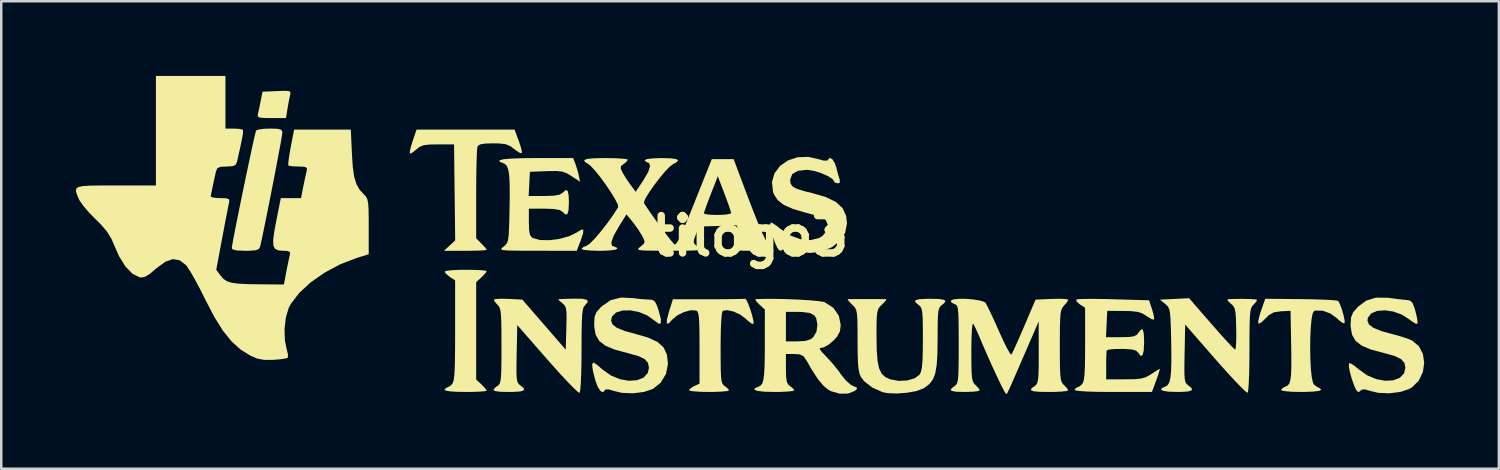
<source format=kicad_pcb>
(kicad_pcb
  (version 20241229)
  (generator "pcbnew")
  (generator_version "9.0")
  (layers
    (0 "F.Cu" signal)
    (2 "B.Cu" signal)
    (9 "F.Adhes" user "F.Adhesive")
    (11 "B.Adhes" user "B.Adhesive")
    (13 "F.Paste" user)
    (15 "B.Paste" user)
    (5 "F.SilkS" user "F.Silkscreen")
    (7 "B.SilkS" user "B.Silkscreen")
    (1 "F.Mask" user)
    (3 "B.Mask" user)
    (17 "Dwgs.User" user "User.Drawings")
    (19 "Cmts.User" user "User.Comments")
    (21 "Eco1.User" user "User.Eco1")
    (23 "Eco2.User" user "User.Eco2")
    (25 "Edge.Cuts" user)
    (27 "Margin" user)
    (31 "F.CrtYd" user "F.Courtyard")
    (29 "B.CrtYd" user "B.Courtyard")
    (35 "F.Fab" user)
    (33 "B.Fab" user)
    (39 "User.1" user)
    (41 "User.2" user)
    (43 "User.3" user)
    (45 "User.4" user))
  (footprint "tilogo3"
    (layer "F.Cu")
    (at 27.091 6.435)
    (property "Reference" "tilogo3" (at 0 0 0) (layer "F.SilkS") (effects (font (size 1.5 1.5) (thickness 0.3))))
    (attr board_only exclude_from_pos_files exclude_from_bom)
    (fp_poly (pts (xy -18.542 -5.827) (xy -18.475 -5.787) (xy -18.474 -5.707) (xy -18.485 -5.656) (xy -18.53 -5.447) (xy -18.58 -5.171) (xy -18.591 -5.101) (xy -18.648 -4.741) (xy -19.232 -4.741) (xy -19.537 -4.744) (xy -19.708 -4.762) (xy -19.778 -4.806) (xy -19.78 -4.888) (xy -19.771 -4.932) (xy -19.725 -5.141) (xy -19.67 -5.411) (xy -19.66 -5.461) (xy -19.593 -5.8) (xy -19.015 -5.825) (xy -18.711 -5.836)) (stroke (width 0) (type solid)) (fill yes) (layer "F.SilkS"))
    (fp_poly (pts (xy -19.017 -4.312) (xy -18.865 -4.284) (xy -18.805 -4.222) (xy -18.796 -4.15) (xy -18.812 -4.032) (xy -18.856 -3.774) (xy -18.924 -3.406) (xy -19.009 -2.953) (xy -19.107 -2.442) (xy -19.212 -1.902) (xy -19.319 -1.359) (xy -19.423 -0.84) (xy -19.518 -0.373) (xy -19.598 0.015) (xy -19.659 0.298) (xy -19.695 0.445) (xy -19.75 0.527) (xy -19.879 0.573) (xy -20.121 0.591) (xy -20.283 0.593) (xy -20.613 0.58) (xy -20.789 0.539) (xy -20.828 0.487) (xy -20.811 0.369) (xy -20.765 0.114) (xy -20.694 -0.251) (xy -20.605 -0.701) (xy -20.502 -1.209) (xy -20.392 -1.749) (xy -20.279 -2.295) (xy -20.168 -2.821) (xy -20.066 -3.3) (xy -19.978 -3.708) (xy -19.908 -4.016) (xy -19.863 -4.2) (xy -19.85 -4.24) (xy -19.746 -4.282) (xy -19.525 -4.31) (xy -19.299 -4.318)) (stroke (width 0) (type solid)) (fill yes) (layer "F.SilkS"))
    (fp_poly (pts (xy -11.075 1.36) (xy -10.793 1.373) (xy -10.62 1.393) (xy -10.583 1.408) (xy -10.639 1.497) (xy -10.776 1.641) (xy -10.795 1.658) (xy -11.007 1.855) (xy -11.007 3.81) (xy -11.007 5.765) (xy -10.795 5.962) (xy -10.652 6.108) (xy -10.584 6.206) (xy -10.583 6.212) (xy -10.662 6.234) (xy -10.874 6.252) (xy -11.184 6.263) (xy -11.43 6.265) (xy -11.823 6.257) (xy -12.108 6.235) (xy -12.259 6.2) (xy -12.277 6.181) (xy -12.217 6.098) (xy -12.198 6.096) (xy -12.081 6.042) (xy -11.986 5.963) (xy -11.944 5.899) (xy -11.911 5.791) (xy -11.887 5.617) (xy -11.87 5.357) (xy -11.86 4.991) (xy -11.855 4.498) (xy -11.853 3.857) (xy -11.853 3.806) (xy -11.853 1.782) (xy -12.065 1.643) (xy -12.216 1.522) (xy -12.277 1.43) (xy -12.198 1.398) (xy -11.986 1.373) (xy -11.676 1.358) (xy -11.43 1.355)) (stroke (width 0) (type solid)) (fill yes) (layer "F.SilkS"))
    (fp_poly (pts (xy -9.296 -3.825) (xy -9.212 -3.573) (xy -9.171 -3.39) (xy -9.175 -3.328) (xy -9.262 -3.347) (xy -9.423 -3.452) (xy -9.486 -3.503) (xy -9.655 -3.626) (xy -9.834 -3.693) (xy -10.08 -3.721) (xy -10.327 -3.725) (xy -10.654 -3.716) (xy -10.848 -3.683) (xy -10.941 -3.619) (xy -10.955 -3.591) (xy -10.971 -3.469) (xy -10.984 -3.205) (xy -10.995 -2.827) (xy -11.003 -2.36) (xy -11.006 -1.834) (xy -11.007 -1.683) (xy -11.007 0.092) (xy -10.795 0.304) (xy -10.654 0.454) (xy -10.585 0.548) (xy -10.583 0.554) (xy -10.662 0.57) (xy -10.875 0.583) (xy -11.185 0.591) (xy -11.442 0.593) (xy -12.301 0.593) (xy -12.076 0.384) (xy -11.85 0.174) (xy -11.873 -1.754) (xy -11.896 -3.683) (xy -12.545 -3.683) (xy -12.89 -3.677) (xy -13.115 -3.649) (xy -13.27 -3.59) (xy -13.404 -3.486) (xy -13.413 -3.478) (xy -13.567 -3.354) (xy -13.665 -3.312) (xy -13.673 -3.316) (xy -13.671 -3.412) (xy -13.622 -3.617) (xy -13.559 -3.817) (xy -13.404 -4.276) (xy -11.434 -4.276) (xy -9.464 -4.276)) (stroke (width 0) (type solid)) (fill yes) (layer "F.SilkS"))
    (fp_poly (pts (xy 22.14 2.534) (xy 22.617 2.542) (xy 23.033 2.555) (xy 23.36 2.572) (xy 23.569 2.591) (xy 23.631 2.607) (xy 23.703 2.739) (xy 23.781 2.952) (xy 23.848 3.189) (xy 23.889 3.392) (xy 23.888 3.504) (xy 23.883 3.509) (xy 23.789 3.48) (xy 23.635 3.358) (xy 23.584 3.307) (xy 23.321 3.113) (xy 23.013 3.002) (xy 22.726 2.994) (xy 22.66 3.013) (xy 22.603 3.116) (xy 22.559 3.354) (xy 22.528 3.691) (xy 22.51 4.095) (xy 22.505 4.53) (xy 22.514 4.962) (xy 22.535 5.357) (xy 22.57 5.68) (xy 22.619 5.898) (xy 22.654 5.963) (xy 22.793 6.07) (xy 22.866 6.096) (xy 22.942 6.161) (xy 22.945 6.181) (xy 22.864 6.221) (xy 22.641 6.249) (xy 22.301 6.264) (xy 22.14 6.265) (xy 21.795 6.258) (xy 21.524 6.237) (xy 21.363 6.207) (xy 21.336 6.186) (xy 21.406 6.1) (xy 21.505 6.054) (xy 21.597 6.01) (xy 21.665 5.929) (xy 21.71 5.789) (xy 21.737 5.566) (xy 21.749 5.238) (xy 21.748 4.782) (xy 21.741 4.318) (xy 21.717 3.006) (xy 21.336 3.023) (xy 21.051 3.064) (xy 20.844 3.179) (xy 20.716 3.306) (xy 20.559 3.458) (xy 20.445 3.523) (xy 20.423 3.518) (xy 20.42 3.415) (xy 20.467 3.205) (xy 20.535 2.992) (xy 20.701 2.521)) (stroke (width 0) (type solid)) (fill yes) (layer "F.SilkS"))
    (fp_poly (pts (xy -0.142 2.578) (xy -0.064 2.75) (xy 0.02 2.984) (xy 0.092 3.226) (xy 0.137 3.426) (xy 0.137 3.532) (xy 0.135 3.534) (xy 0.05 3.512) (xy -0.101 3.394) (xy -0.171 3.326) (xy -0.399 3.154) (xy -0.67 3.03) (xy -0.926 2.976) (xy -1.102 3.007) (xy -1.132 3.108) (xy -1.157 3.356) (xy -1.175 3.731) (xy -1.184 4.209) (xy -1.185 4.492) (xy -1.184 5.018) (xy -1.179 5.4) (xy -1.166 5.664) (xy -1.144 5.835) (xy -1.108 5.939) (xy -1.058 6.001) (xy -1.016 6.031) (xy -0.884 6.137) (xy -0.847 6.201) (xy -0.925 6.229) (xy -1.136 6.25) (xy -1.443 6.263) (xy -1.651 6.265) (xy -1.997 6.258) (xy -2.268 6.24) (xy -2.428 6.213) (xy -2.455 6.194) (xy -2.387 6.111) (xy -2.244 6.027) (xy -2.032 5.93) (xy -2.032 4.486) (xy -2.034 3.951) (xy -2.041 3.561) (xy -2.056 3.293) (xy -2.08 3.125) (xy -2.115 3.032) (xy -2.165 2.992) (xy -2.165 2.992) (xy -2.382 2.98) (xy -2.659 3.055) (xy -2.931 3.19) (xy -3.129 3.359) (xy -3.274 3.513) (xy -3.346 3.516) (xy -3.344 3.368) (xy -3.269 3.071) (xy -3.251 3.013) (xy -3.102 2.54) (xy -1.678 2.54) (xy -1.203 2.539) (xy -0.789 2.535) (xy -0.464 2.53) (xy -0.257 2.524) (xy -0.198 2.519)) (stroke (width 0) (type solid)) (fill yes) (layer "F.SilkS"))
    (fp_poly (pts (xy -4.722 2.493) (xy -4.419 2.53) (xy -4.134 2.549) (xy -4.088 2.55) (xy -3.928 2.564) (xy -3.827 2.629) (xy -3.746 2.784) (xy -3.67 3.011) (xy -3.587 3.33) (xy -3.586 3.501) (xy -3.667 3.527) (xy -3.831 3.406) (xy -3.833 3.405) (xy -4.128 3.193) (xy -4.464 3.054) (xy -4.808 2.987) (xy -5.125 2.993) (xy -5.382 3.071) (xy -5.546 3.224) (xy -5.588 3.39) (xy -5.532 3.548) (xy -5.353 3.687) (xy -5.035 3.816) (xy -4.606 3.933) (xy -4.086 4.083) (xy -3.716 4.258) (xy -3.475 4.478) (xy -3.344 4.76) (xy -3.302 5.125) (xy -3.302 5.149) (xy -3.381 5.541) (xy -3.591 5.891) (xy -3.901 6.141) (xy -3.905 6.143) (xy -4.269 6.265) (xy -4.711 6.319) (xy -5.153 6.3) (xy -5.461 6.227) (xy -5.688 6.162) (xy -5.816 6.168) (xy -5.828 6.183) (xy -5.907 6.277) (xy -6.013 6.227) (xy -6.126 6.052) (xy -6.217 5.808) (xy -6.318 5.413) (xy -6.347 5.171) (xy -6.304 5.081) (xy -6.297 5.08) (xy -6.209 5.132) (xy -6.042 5.266) (xy -5.921 5.372) (xy -5.588 5.606) (xy -5.227 5.753) (xy -4.868 5.815) (xy -4.542 5.793) (xy -4.279 5.688) (xy -4.111 5.502) (xy -4.064 5.292) (xy -4.104 5.095) (xy -4.238 4.944) (xy -4.492 4.821) (xy -4.89 4.71) (xy -4.921 4.702) (xy -5.444 4.562) (xy -5.819 4.405) (xy -6.066 4.211) (xy -6.207 3.963) (xy -6.262 3.643) (xy -6.265 3.526) (xy -6.249 3.25) (xy -6.175 3.059) (xy -6.009 2.869) (xy -5.967 2.829) (xy -5.604 2.578) (xy -5.186 2.471)) (stroke (width 0) (type solid)) (fill yes) (layer "F.SilkS"))
    (fp_poly (pts (xy -7.019 -2.9) (xy -6.932 -2.63) (xy -6.882 -2.425) (xy -6.833 -2.182) (xy -7.173 -2.407) (xy -7.364 -2.522) (xy -7.542 -2.587) (xy -7.763 -2.613) (xy -8.082 -2.611) (xy -8.18 -2.607) (xy -8.848 -2.582) (xy -8.873 -2.095) (xy -8.898 -1.609) (xy -8.27 -1.609) (xy -7.895 -1.621) (xy -7.66 -1.661) (xy -7.536 -1.735) (xy -7.535 -1.736) (xy -7.412 -1.847) (xy -7.333 -1.819) (xy -7.292 -1.641) (xy -7.281 -1.355) (xy -7.295 -1.038) (xy -7.341 -0.88) (xy -7.425 -0.869) (xy -7.535 -0.974) (xy -7.659 -1.048) (xy -7.894 -1.088) (xy -8.265 -1.101) (xy -8.89 -1.101) (xy -8.89 -0.553) (xy -8.881 -0.242) (xy -8.848 -0.057) (xy -8.779 0.047) (xy -8.726 0.082) (xy -8.445 0.159) (xy -8.071 0.168) (xy -7.66 0.114) (xy -7.269 0.006) (xy -6.956 -0.147) (xy -6.929 -0.166) (xy -6.772 -0.263) (xy -6.7 -0.249) (xy -6.712 -0.111) (xy -6.802 0.164) (xy -6.827 0.23) (xy -6.966 0.593) (xy -8.542 0.591) (xy -9.093 0.59) (xy -9.494 0.586) (xy -9.766 0.579) (xy -9.926 0.564) (xy -9.996 0.54) (xy -9.995 0.504) (xy -9.942 0.454) (xy -9.906 0.426) (xy -9.825 0.358) (xy -9.767 0.279) (xy -9.728 0.161) (xy -9.702 -0.024) (xy -9.686 -0.305) (xy -9.674 -0.711) (xy -9.667 -1.027) (xy -9.658 -1.642) (xy -9.662 -2.108) (xy -9.681 -2.446) (xy -9.719 -2.677) (xy -9.778 -2.822) (xy -9.861 -2.902) (xy -9.909 -2.922) (xy -10.068 -2.99) (xy -10.07 -3.044) (xy -9.915 -3.085) (xy -9.598 -3.113) (xy -9.117 -3.129) (xy -8.592 -3.133) (xy -7.108 -3.133)) (stroke (width 0) (type solid)) (fill yes) (layer "F.SilkS"))
    (fp_poly (pts (xy -6.743 2.52) (xy -6.555 2.564) (xy -6.521 2.65) (xy -6.633 2.783) (xy -6.646 2.794) (xy -6.691 2.857) (xy -6.724 2.977) (xy -6.748 3.174) (xy -6.762 3.472) (xy -6.77 3.891) (xy -6.773 4.454) (xy -6.773 4.577) (xy -6.777 5.103) (xy -6.788 5.563) (xy -6.804 5.933) (xy -6.825 6.188) (xy -6.849 6.301) (xy -6.852 6.304) (xy -6.928 6.257) (xy -7.097 6.099) (xy -7.342 5.848) (xy -7.645 5.522) (xy -7.991 5.138) (xy -8.143 4.965) (xy -9.356 3.578) (xy -9.38 4.731) (xy -9.388 5.196) (xy -9.388 5.52) (xy -9.375 5.734) (xy -9.346 5.866) (xy -9.298 5.946) (xy -9.232 6) (xy -9.092 6.118) (xy -9.089 6.197) (xy -9.231 6.244) (xy -9.528 6.264) (xy -9.694 6.265) (xy -10.055 6.257) (xy -10.258 6.226) (xy -10.314 6.17) (xy -10.234 6.081) (xy -10.16 6.031) (xy -10.099 5.983) (xy -10.055 5.911) (xy -10.025 5.789) (xy -10.006 5.594) (xy -9.996 5.299) (xy -9.991 4.88) (xy -9.991 4.415) (xy -9.992 3.871) (xy -9.997 3.471) (xy -10.01 3.19) (xy -10.031 3.001) (xy -10.065 2.879) (xy -10.113 2.799) (xy -10.158 2.753) (xy -10.271 2.625) (xy -10.293 2.55) (xy -10.199 2.527) (xy -9.983 2.519) (xy -9.707 2.526) (xy -9.153 2.554) (xy -8.281 3.559) (xy -7.408 4.564) (xy -7.384 3.703) (xy -7.375 3.311) (xy -7.38 3.051) (xy -7.404 2.888) (xy -7.454 2.785) (xy -7.536 2.706) (xy -7.553 2.693) (xy -7.678 2.586) (xy -7.705 2.538) (xy -7.705 2.538) (xy -7.605 2.532) (xy -7.383 2.524) (xy -7.091 2.515)) (stroke (width 0) (type solid)) (fill yes) (layer "F.SilkS"))
    (fp_poly (pts (xy 25.623 2.479) (xy 25.723 2.492) (xy 26.023 2.532) (xy 26.296 2.561) (xy 26.367 2.566) (xy 26.515 2.593) (xy 26.611 2.677) (xy 26.688 2.86) (xy 26.738 3.029) (xy 26.798 3.285) (xy 26.822 3.469) (xy 26.812 3.527) (xy 26.723 3.51) (xy 26.562 3.406) (xy 26.506 3.362) (xy 26.194 3.16) (xy 25.849 3.034) (xy 25.507 2.984) (xy 25.2 3.008) (xy 24.962 3.107) (xy 24.826 3.28) (xy 24.807 3.395) (xy 24.866 3.552) (xy 25.052 3.692) (xy 25.38 3.823) (xy 25.772 3.93) (xy 26.105 4.021) (xy 26.405 4.118) (xy 26.596 4.196) (xy 26.872 4.424) (xy 27.035 4.738) (xy 27.088 5.099) (xy 27.033 5.468) (xy 26.871 5.806) (xy 26.604 6.075) (xy 26.491 6.143) (xy 26.127 6.265) (xy 25.684 6.319) (xy 25.242 6.3) (xy 24.934 6.227) (xy 24.707 6.162) (xy 24.58 6.168) (xy 24.567 6.183) (xy 24.47 6.26) (xy 24.429 6.265) (xy 24.358 6.191) (xy 24.27 6.001) (xy 24.18 5.748) (xy 24.106 5.483) (xy 24.062 5.257) (xy 24.065 5.121) (xy 24.073 5.109) (xy 24.159 5.131) (xy 24.324 5.244) (xy 24.462 5.36) (xy 24.797 5.598) (xy 25.161 5.749) (xy 25.521 5.815) (xy 25.848 5.796) (xy 26.112 5.693) (xy 26.283 5.508) (xy 26.331 5.292) (xy 26.292 5.095) (xy 26.157 4.944) (xy 25.903 4.821) (xy 25.506 4.71) (xy 25.475 4.702) (xy 24.95 4.562) (xy 24.574 4.403) (xy 24.326 4.208) (xy 24.186 3.96) (xy 24.132 3.64) (xy 24.13 3.54) (xy 24.149 3.267) (xy 24.23 3.068) (xy 24.41 2.859) (xy 24.425 2.843) (xy 24.758 2.595) (xy 25.146 2.476)) (stroke (width 0) (type solid)) (fill yes) (layer "F.SilkS"))
    (fp_poly (pts (xy 2.71 -3.099) (xy 2.955 -3.033) (xy 3.098 -3.031) (xy 3.119 -3.05) (xy 3.197 -3.141) (xy 3.302 -3.093) (xy 3.404 -2.928) (xy 3.46 -2.763) (xy 3.529 -2.504) (xy 3.59 -2.299) (xy 3.606 -2.255) (xy 3.601 -2.139) (xy 3.523 -2.117) (xy 3.404 -2.152) (xy 3.387 -2.186) (xy 3.312 -2.292) (xy 3.119 -2.413) (xy 2.856 -2.529) (xy 2.571 -2.618) (xy 2.311 -2.66) (xy 2.281 -2.661) (xy 1.918 -2.621) (xy 1.693 -2.489) (xy 1.609 -2.266) (xy 1.609 -2.244) (xy 1.629 -2.099) (xy 1.709 -1.989) (xy 1.877 -1.898) (xy 2.161 -1.808) (xy 2.493 -1.727) (xy 3.049 -1.565) (xy 3.452 -1.367) (xy 3.717 -1.12) (xy 3.859 -0.813) (xy 3.893 -0.508) (xy 3.818 -0.124) (xy 3.606 0.199) (xy 3.286 0.449) (xy 2.883 0.614) (xy 2.425 0.679) (xy 1.938 0.633) (xy 1.676 0.558) (xy 1.436 0.496) (xy 1.333 0.531) (xy 1.332 0.534) (xy 1.242 0.586) (xy 1.171 0.573) (xy 1.094 0.476) (xy 1.002 0.271) (xy 0.913 0.013) (xy 0.844 -0.246) (xy 0.811 -0.451) (xy 0.826 -0.544) (xy 0.908 -0.518) (xy 1.073 -0.405) (xy 1.212 -0.293) (xy 1.61 -0.026) (xy 2.028 0.129) (xy 2.43 0.164) (xy 2.781 0.075) (xy 2.91 -0.006) (xy 3.081 -0.216) (xy 3.127 -0.446) (xy 3.04 -0.645) (xy 3.01 -0.674) (xy 2.872 -0.742) (xy 2.619 -0.831) (xy 2.301 -0.922) (xy 2.236 -0.938) (xy 1.723 -1.089) (xy 1.354 -1.252) (xy 1.107 -1.445) (xy 0.956 -1.682) (xy 0.92 -1.781) (xy 0.879 -2.172) (xy 0.982 -2.523) (xy 1.204 -2.818) (xy 1.52 -3.038) (xy 1.906 -3.165) (xy 2.338 -3.182)) (stroke (width 0) (type solid)) (fill yes) (layer "F.SilkS"))
    (fp_poly (pts (xy 14.259 2.531) (xy 14.611 2.54) (xy 16.031 2.582) (xy 16.152 2.947) (xy 16.216 3.175) (xy 16.237 3.328) (xy 16.229 3.357) (xy 16.14 3.341) (xy 15.974 3.244) (xy 15.923 3.208) (xy 15.752 3.104) (xy 15.558 3.044) (xy 15.285 3.016) (xy 15.006 3.01) (xy 14.351 3.006) (xy 14.326 3.535) (xy 14.301 4.064) (xy 14.897 4.064) (xy 15.223 4.057) (xy 15.422 4.028) (xy 15.539 3.967) (xy 15.598 3.895) (xy 15.707 3.756) (xy 15.778 3.757) (xy 15.818 3.908) (xy 15.832 4.216) (xy 15.833 4.276) (xy 15.816 4.614) (xy 15.767 4.793) (xy 15.688 4.809) (xy 15.592 4.684) (xy 15.506 4.603) (xy 15.337 4.557) (xy 15.046 4.537) (xy 14.932 4.536) (xy 14.639 4.541) (xy 14.423 4.561) (xy 14.33 4.592) (xy 14.33 4.593) (xy 14.319 4.705) (xy 14.311 4.935) (xy 14.309 5.207) (xy 14.309 5.757) (xy 15.059 5.757) (xy 15.438 5.752) (xy 15.698 5.728) (xy 15.887 5.677) (xy 16.057 5.588) (xy 16.121 5.546) (xy 16.315 5.418) (xy 16.441 5.343) (xy 16.462 5.334) (xy 16.451 5.406) (xy 16.392 5.592) (xy 16.319 5.8) (xy 16.147 6.265) (xy 14.593 6.265) (xy 14.003 6.261) (xy 13.544 6.248) (xy 13.226 6.227) (xy 13.061 6.198) (xy 13.039 6.181) (xy 13.099 6.098) (xy 13.117 6.096) (xy 13.234 6.042) (xy 13.329 5.963) (xy 13.379 5.888) (xy 13.414 5.761) (xy 13.439 5.557) (xy 13.453 5.252) (xy 13.46 4.823) (xy 13.462 4.356) (xy 13.462 2.883) (xy 13.245 2.741) (xy 13.119 2.629) (xy 13.106 2.551) (xy 13.11 2.548) (xy 13.218 2.534) (xy 13.465 2.526) (xy 13.822 2.525)) (stroke (width 0) (type solid)) (fill yes) (layer "F.SilkS"))
    (fp_poly (pts (xy 18.535 3.528) (xy 18.841 3.877) (xy 19.11 4.175) (xy 19.321 4.403) (xy 19.455 4.538) (xy 19.492 4.566) (xy 19.515 4.49) (xy 19.531 4.28) (xy 19.537 3.972) (xy 19.534 3.72) (xy 19.523 3.329) (xy 19.504 3.071) (xy 19.469 2.907) (xy 19.409 2.801) (xy 19.316 2.715) (xy 19.304 2.706) (xy 19.189 2.595) (xy 19.189 2.538) (xy 19.198 2.537) (xy 19.458 2.527) (xy 19.755 2.525) (xy 20.039 2.53) (xy 20.26 2.541) (xy 20.365 2.557) (xy 20.367 2.559) (xy 20.341 2.636) (xy 20.236 2.751) (xy 20.178 2.814) (xy 20.134 2.897) (xy 20.104 3.025) (xy 20.084 3.222) (xy 20.073 3.512) (xy 20.067 3.919) (xy 20.066 4.466) (xy 20.066 4.58) (xy 20.062 5.096) (xy 20.053 5.551) (xy 20.037 5.921) (xy 20.018 6.178) (xy 19.996 6.297) (xy 19.992 6.301) (xy 19.918 6.253) (xy 19.75 6.095) (xy 19.506 5.843) (xy 19.203 5.516) (xy 18.858 5.131) (xy 18.701 4.953) (xy 17.484 3.559) (xy 17.459 4.722) (xy 17.451 5.188) (xy 17.452 5.515) (xy 17.464 5.73) (xy 17.492 5.864) (xy 17.539 5.945) (xy 17.607 6) (xy 17.747 6.118) (xy 17.75 6.197) (xy 17.608 6.244) (xy 17.311 6.264) (xy 17.145 6.265) (xy 16.801 6.252) (xy 16.583 6.215) (xy 16.505 6.16) (xy 16.578 6.092) (xy 16.676 6.055) (xy 16.772 5.999) (xy 16.842 5.886) (xy 16.889 5.697) (xy 16.917 5.409) (xy 16.928 5.002) (xy 16.924 4.457) (xy 16.919 4.174) (xy 16.907 3.683) (xy 16.893 3.333) (xy 16.873 3.095) (xy 16.842 2.94) (xy 16.795 2.84) (xy 16.727 2.766) (xy 16.68 2.727) (xy 16.469 2.556) (xy 17.055 2.527) (xy 17.64 2.498)) (stroke (width 0) (type solid)) (fill yes) (layer "F.SilkS"))
    (fp_poly (pts (xy 1.036 2.525) (xy 1.508 2.536) (xy 1.973 2.555) (xy 2.394 2.581) (xy 2.734 2.612) (xy 2.956 2.646) (xy 3.004 2.661) (xy 3.346 2.885) (xy 3.566 3.204) (xy 3.641 3.576) (xy 3.611 3.829) (xy 3.497 4.04) (xy 3.353 4.199) (xy 3.145 4.371) (xy 2.952 4.474) (xy 2.886 4.487) (xy 2.802 4.503) (xy 2.809 4.565) (xy 2.919 4.699) (xy 3.068 4.852) (xy 3.317 5.126) (xy 3.556 5.423) (xy 3.663 5.574) (xy 3.848 5.804) (xy 4.047 5.977) (xy 4.128 6.02) (xy 4.284 6.089) (xy 4.295 6.147) (xy 4.196 6.229) (xy 3.931 6.331) (xy 3.598 6.333) (xy 3.261 6.238) (xy 3.152 6.181) (xy 2.944 6.012) (xy 2.721 5.743) (xy 2.468 5.352) (xy 2.269 5.003) (xy 2.147 4.829) (xy 1.994 4.755) (xy 1.782 4.741) (xy 1.439 4.741) (xy 1.439 5.333) (xy 1.447 5.658) (xy 1.476 5.857) (xy 1.537 5.973) (xy 1.609 6.031) (xy 1.741 6.137) (xy 1.778 6.201) (xy 1.699 6.229) (xy 1.488 6.25) (xy 1.182 6.263) (xy 0.974 6.265) (xy 0.57 6.254) (xy 0.299 6.223) (xy 0.171 6.176) (xy 0.193 6.114) (xy 0.33 6.057) (xy 0.419 6.012) (xy 0.486 5.928) (xy 0.533 5.783) (xy 0.564 5.553) (xy 0.582 5.217) (xy 0.59 4.75) (xy 0.592 4.293) (xy 0.592 3.641) (xy 1.439 3.641) (xy 1.439 4.233) (xy 1.905 4.233) (xy 2.226 4.214) (xy 2.434 4.146) (xy 2.54 4.064) (xy 2.668 3.84) (xy 2.707 3.559) (xy 2.653 3.297) (xy 2.576 3.181) (xy 2.392 3.089) (xy 2.068 3.05) (xy 1.941 3.048) (xy 1.439 3.048) (xy 1.439 3.641) (xy 0.592 3.641) (xy 0.593 2.955) (xy 0.369 2.748) (xy 0.242 2.613) (xy 0.211 2.54) (xy 0.22 2.536) (xy 0.595 2.525)) (stroke (width 0) (type solid)) (fill yes) (layer "F.SilkS"))
    (fp_poly (pts (xy 7.597 2.53) (xy 7.798 2.562) (xy 7.854 2.622) (xy 7.777 2.716) (xy 7.721 2.758) (xy 7.649 2.818) (xy 7.598 2.897) (xy 7.565 3.023) (xy 7.547 3.226) (xy 7.538 3.534) (xy 7.535 3.974) (xy 7.535 4.132) (xy 7.527 4.726) (xy 7.498 5.177) (xy 7.441 5.512) (xy 7.348 5.758) (xy 7.21 5.941) (xy 7.021 6.087) (xy 6.957 6.126) (xy 6.687 6.226) (xy 6.316 6.295) (xy 5.913 6.327) (xy 5.542 6.315) (xy 5.321 6.273) (xy 4.907 6.086) (xy 4.586 5.836) (xy 4.456 5.669) (xy 4.399 5.539) (xy 4.36 5.356) (xy 4.335 5.09) (xy 4.322 4.713) (xy 4.318 4.196) (xy 4.318 4.195) (xy 4.317 3.713) (xy 4.311 3.371) (xy 4.296 3.138) (xy 4.267 2.985) (xy 4.219 2.882) (xy 4.148 2.799) (xy 4.094 2.748) (xy 3.962 2.613) (xy 3.919 2.54) (xy 3.925 2.536) (xy 4.029 2.534) (xy 4.26 2.533) (xy 4.574 2.532) (xy 4.699 2.532) (xy 5.033 2.533) (xy 5.298 2.534) (xy 5.453 2.535) (xy 5.473 2.536) (xy 5.455 2.588) (xy 5.342 2.712) (xy 5.304 2.748) (xy 5.211 2.84) (xy 5.148 2.936) (xy 5.11 3.069) (xy 5.089 3.272) (xy 5.081 3.577) (xy 5.08 4.019) (xy 5.08 4.02) (xy 5.089 4.59) (xy 5.122 5.016) (xy 5.185 5.322) (xy 5.287 5.531) (xy 5.435 5.669) (xy 5.628 5.757) (xy 5.97 5.819) (xy 6.318 5.802) (xy 6.619 5.714) (xy 6.814 5.565) (xy 6.814 5.564) (xy 6.868 5.45) (xy 6.905 5.268) (xy 6.928 4.991) (xy 6.94 4.594) (xy 6.943 4.135) (xy 6.941 3.65) (xy 6.935 3.306) (xy 6.919 3.075) (xy 6.891 2.928) (xy 6.847 2.838) (xy 6.781 2.776) (xy 6.757 2.758) (xy 6.636 2.651) (xy 6.644 2.58) (xy 6.793 2.539) (xy 7.095 2.522) (xy 7.239 2.521)) (stroke (width 0) (type solid)) (fill yes) (layer "F.SilkS"))
    (fp_poly (pts (xy 12.668 2.53) (xy 12.78 2.554) (xy 12.785 2.561) (xy 12.731 2.662) (xy 12.615 2.794) (xy 12.553 2.868) (xy 12.508 2.965) (xy 12.478 3.11) (xy 12.459 3.331) (xy 12.45 3.654) (xy 12.446 4.106) (xy 12.446 4.403) (xy 12.447 4.932) (xy 12.453 5.318) (xy 12.466 5.587) (xy 12.489 5.765) (xy 12.526 5.878) (xy 12.577 5.953) (xy 12.615 5.989) (xy 12.742 6.12) (xy 12.785 6.199) (xy 12.706 6.228) (xy 12.496 6.251) (xy 12.193 6.264) (xy 12.023 6.265) (xy 11.624 6.259) (xy 11.381 6.235) (xy 11.281 6.189) (xy 11.312 6.116) (xy 11.43 6.031) (xy 11.496 5.978) (xy 11.542 5.898) (xy 11.572 5.762) (xy 11.589 5.543) (xy 11.597 5.214) (xy 11.598 4.746) (xy 11.598 4.677) (xy 11.597 3.429) (xy 11.083 4.614) (xy 10.84 5.176) (xy 10.655 5.601) (xy 10.52 5.909) (xy 10.427 6.118) (xy 10.365 6.248) (xy 10.328 6.317) (xy 10.306 6.345) (xy 10.29 6.35) (xy 10.29 6.35) (xy 10.24 6.279) (xy 10.137 6.087) (xy 9.998 5.807) (xy 9.904 5.609) (xy 9.71 5.188) (xy 9.506 4.731) (xy 9.329 4.322) (xy 9.292 4.233) (xy 9.161 3.926) (xy 9.048 3.679) (xy 8.971 3.533) (xy 8.96 3.518) (xy 8.935 3.568) (xy 8.914 3.76) (xy 8.899 4.066) (xy 8.891 4.459) (xy 8.89 4.641) (xy 8.892 5.12) (xy 8.9 5.459) (xy 8.918 5.686) (xy 8.949 5.832) (xy 8.998 5.926) (xy 9.059 5.989) (xy 9.186 6.12) (xy 9.229 6.199) (xy 9.151 6.232) (xy 8.947 6.255) (xy 8.66 6.265) (xy 8.636 6.265) (xy 8.289 6.256) (xy 8.1 6.223) (xy 8.061 6.161) (xy 8.159 6.066) (xy 8.213 6.031) (xy 8.272 5.984) (xy 8.316 5.914) (xy 8.346 5.795) (xy 8.366 5.604) (xy 8.376 5.316) (xy 8.381 4.907) (xy 8.382 4.354) (xy 8.382 4.352) (xy 8.381 3.799) (xy 8.377 3.393) (xy 8.367 3.11) (xy 8.349 2.925) (xy 8.32 2.817) (xy 8.278 2.762) (xy 8.221 2.736) (xy 8.209 2.733) (xy 8.083 2.662) (xy 8.066 2.6) (xy 8.163 2.547) (xy 8.378 2.522) (xy 8.659 2.523) (xy 8.958 2.546) (xy 9.225 2.588) (xy 9.41 2.646) (xy 9.457 2.681) (xy 9.528 2.806) (xy 9.649 3.053) (xy 9.805 3.386) (xy 9.978 3.773) (xy 10 3.823) (xy 10.168 4.192) (xy 10.315 4.49) (xy 10.428 4.691) (xy 10.492 4.768) (xy 10.499 4.766) (xy 10.551 4.667) (xy 10.655 4.443) (xy 10.798 4.124) (xy 10.965 3.74) (xy 11.014 3.626) (xy 11.472 2.554) (xy 12.129 2.526) (xy 12.438 2.52)) (stroke (width 0) (type solid)) (fill yes) (layer "F.SilkS"))
    (fp_poly (pts (xy -21.082 -5.376) (xy -21.082 -4.318) (xy -20.757 -4.318) (xy -20.536 -4.307) (xy -20.398 -4.279) (xy -20.385 -4.27) (xy -20.372 -4.218) (xy -20.383 -4.093) (xy -20.422 -3.873) (xy -20.493 -3.537) (xy -20.6 -3.061) (xy -20.618 -2.985) (xy -20.671 -2.864) (xy -20.79 -2.808) (xy -21.025 -2.794) (xy -21.04 -2.794) (xy -21.281 -2.781) (xy -21.404 -2.728) (xy -21.459 -2.611) (xy -21.461 -2.603) (xy -21.553 -2.192) (xy -21.622 -1.864) (xy -21.664 -1.65) (xy -21.673 -1.587) (xy -21.598 -1.55) (xy -21.407 -1.527) (xy -21.284 -1.524) (xy -21.048 -1.517) (xy -20.942 -1.481) (xy -20.927 -1.395) (xy -20.939 -1.333) (xy -20.97 -1.185) (xy -21.025 -0.905) (xy -21.098 -0.528) (xy -21.181 -0.09) (xy -21.218 0.107) (xy -21.452 1.356) (xy -21.281 1.586) (xy -21.166 1.719) (xy -21.03 1.812) (xy -20.843 1.874) (xy -20.575 1.912) (xy -20.196 1.931) (xy -19.717 1.939) (xy -18.733 1.947) (xy -18.633 1.418) (xy -18.573 1.116) (xy -18.52 0.865) (xy -18.489 0.741) (xy -18.49 0.64) (xy -18.599 0.598) (xy -18.738 0.593) (xy -18.948 0.578) (xy -19.085 0.519) (xy -19.155 0.39) (xy -19.165 0.166) (xy -19.121 -0.175) (xy -19.044 -0.587) (xy -18.857 -1.524) (xy -18.451 -1.524) (xy -18.046 -1.524) (xy -17.95 -2.011) (xy -17.889 -2.303) (xy -17.836 -2.543) (xy -17.811 -2.646) (xy -17.81 -2.739) (xy -17.902 -2.782) (xy -18.123 -2.794) (xy -18.141 -2.794) (xy -18.376 -2.802) (xy -18.529 -2.823) (xy -18.554 -2.834) (xy -18.557 -2.93) (xy -18.531 -3.151) (xy -18.481 -3.454) (xy -18.458 -3.575) (xy -18.322 -4.276) (xy -17.183 -4.276) (xy -16.044 -4.276) (xy -16 -3.302) (xy -15.965 -2.774) (xy -15.909 -2.38) (xy -15.819 -2.086) (xy -15.688 -1.857) (xy -15.503 -1.659) (xy -15.43 -1.58) (xy -15.38 -1.479) (xy -15.349 -1.324) (xy -15.332 -1.084) (xy -15.326 -0.728) (xy -15.325 -0.383) (xy -15.325 0.731) (xy -15.812 0.882) (xy -16.471 1.136) (xy -17.094 1.468) (xy -17.65 1.856) (xy -18.111 2.279) (xy -18.446 2.713) (xy -18.542 2.894) (xy -18.655 3.276) (xy -18.707 3.738) (xy -18.693 4.2) (xy -18.617 4.564) (xy -18.568 4.762) (xy -18.573 4.884) (xy -18.578 4.89) (xy -18.686 4.924) (xy -18.911 4.955) (xy -19.159 4.975) (xy -19.522 4.977) (xy -19.806 4.923) (xy -20.066 4.813) (xy -20.469 4.565) (xy -20.837 4.233) (xy -21.187 3.798) (xy -21.536 3.238) (xy -21.884 2.567) (xy -22.098 2.139) (xy -22.307 1.749) (xy -22.49 1.43) (xy -22.63 1.216) (xy -22.672 1.164) (xy -22.924 0.972) (xy -23.193 0.927) (xy -23.495 1.031) (xy -23.848 1.288) (xy -23.883 1.319) (xy -24.137 1.531) (xy -24.318 1.64) (xy -24.465 1.666) (xy -24.542 1.655) (xy -24.825 1.509) (xy -25.104 1.219) (xy -25.359 0.807) (xy -25.516 0.453) (xy -25.663 0.112) (xy -25.832 -0.166) (xy -26.065 -0.441) (xy -26.3 -0.676) (xy -26.567 -0.949) (xy -26.795 -1.217) (xy -26.946 -1.433) (xy -26.975 -1.49) (xy -27.051 -1.674) (xy -27.091 -1.81) (xy -27.076 -1.907) (xy -26.988 -1.97) (xy -26.806 -2.008) (xy -26.514 -2.026) (xy -26.09 -2.032) (xy -25.518 -2.032) (xy -25.485 -2.032) (xy -23.876 -2.032) (xy -23.876 -4.233) (xy -23.876 -6.435) (xy -22.479 -6.435) (xy -21.082 -6.435)) (stroke (width 0) (type solid)) (fill yes) (layer "F.SilkS"))
    (fp_poly (pts (xy -3.171 -3.122) (xy -2.951 -3.088) (xy -2.892 -3.029) (xy -2.99 -2.944) (xy -3.089 -2.895) (xy -3.229 -2.789) (xy -3.42 -2.589) (xy -3.638 -2.329) (xy -3.856 -2.043) (xy -4.05 -1.765) (xy -4.195 -1.529) (xy -4.264 -1.368) (xy -4.263 -1.326) (xy -4.155 -1.155) (xy -3.986 -0.91) (xy -3.781 -0.622) (xy -3.562 -0.324) (xy -3.354 -0.048) (xy -3.181 0.175) (xy -3.065 0.311) (xy -3.033 0.339) (xy -2.985 0.317) (xy -2.924 0.241) (xy -2.843 0.094) (xy -2.733 -0.143) (xy -2.586 -0.486) (xy -2.412 -0.91) (xy -1.859 -0.91) (xy -1.784 -0.878) (xy -1.583 -0.855) (xy -1.312 -0.847) (xy -1.032 -0.858) (xy -0.834 -0.886) (xy -0.762 -0.924) (xy -0.791 -1.033) (xy -0.867 -1.26) (xy -0.977 -1.562) (xy -1.03 -1.703) (xy -1.297 -2.404) (xy -1.577 -1.689) (xy -1.701 -1.366) (xy -1.797 -1.103) (xy -1.852 -0.941) (xy -1.859 -0.91) (xy -2.412 -0.91) (xy -2.395 -0.952) (xy -2.152 -1.558) (xy -2.148 -1.566) (xy -1.54 -3.09) (xy -1.1 -3.09) (xy -0.66 -3.09) (xy -0.423 -2.455) (xy -0.133 -1.683) (xy 0.107 -1.057) (xy 0.303 -0.564) (xy 0.459 -0.191) (xy 0.583 0.076) (xy 0.68 0.251) (xy 0.754 0.346) (xy 0.762 0.352) (xy 0.889 0.475) (xy 0.931 0.543) (xy 0.853 0.564) (xy 0.641 0.58) (xy 0.333 0.589) (xy 0.106 0.591) (xy -0.271 0.589) (xy -0.501 0.581) (xy -0.61 0.561) (xy -0.62 0.523) (xy -0.555 0.463) (xy -0.521 0.436) (xy -0.401 0.328) (xy -0.364 0.216) (xy -0.399 0.033) (xy -0.43 -0.073) (xy -0.537 -0.429) (xy -1.294 -0.405) (xy -2.051 -0.381) (xy -2.182 -0.053) (xy -2.259 0.159) (xy -2.259 0.282) (xy -2.174 0.38) (xy -2.109 0.432) (xy -2.038 0.491) (xy -2.016 0.532) (xy -2.063 0.56) (xy -2.2 0.577) (xy -2.448 0.586) (xy -2.827 0.589) (xy -3.26 0.589) (xy -3.765 0.588) (xy -4.122 0.585) (xy -4.35 0.576) (xy -4.471 0.557) (xy -4.505 0.528) (xy -4.473 0.483) (xy -4.403 0.426) (xy -4.268 0.312) (xy -4.238 0.213) (xy -4.301 0.061) (xy -4.343 -0.017) (xy -4.501 -0.271) (xy -4.695 -0.539) (xy -4.731 -0.583) (xy -4.968 -0.87) (xy -5.278 -0.374) (xy -5.487 -0.002) (xy -5.577 0.255) (xy -5.549 0.395) (xy -5.461 0.423) (xy -5.348 0.469) (xy -5.334 0.508) (xy -5.414 0.549) (xy -5.632 0.578) (xy -5.961 0.592) (xy -6.054 0.593) (xy -6.379 0.584) (xy -6.628 0.563) (xy -6.761 0.531) (xy -6.773 0.517) (xy -6.702 0.442) (xy -6.567 0.39) (xy -6.441 0.304) (xy -6.248 0.108) (xy -6.014 -0.164) (xy -5.764 -0.481) (xy -5.526 -0.811) (xy -5.325 -1.122) (xy -5.3 -1.165) (xy -5.32 -1.276) (xy -5.425 -1.484) (xy -5.591 -1.756) (xy -5.794 -2.058) (xy -6.012 -2.357) (xy -6.222 -2.619) (xy -6.399 -2.811) (xy -6.498 -2.889) (xy -6.644 -2.985) (xy -6.664 -3.054) (xy -6.548 -3.099) (xy -6.285 -3.124) (xy -5.864 -3.133) (xy -5.8 -3.133) (xy -5.435 -3.127) (xy -5.142 -3.112) (xy -4.958 -3.089) (xy -4.911 -3.068) (xy -4.974 -2.979) (xy -5.081 -2.897) (xy -5.193 -2.807) (xy -5.196 -2.7) (xy -5.13 -2.56) (xy -4.995 -2.333) (xy -4.824 -2.083) (xy -4.802 -2.053) (xy -4.596 -1.778) (xy -4.282 -2.251) (xy -4.096 -2.573) (xy -4.021 -2.806) (xy -4.059 -2.938) (xy -4.146 -2.963) (xy -4.23 -3.026) (xy -4.233 -3.048) (xy -4.154 -3.09) (xy -3.938 -3.119) (xy -3.617 -3.132) (xy -3.556 -3.133)) (stroke (width 0) (type solid)) (fill yes) (layer "F.SilkS")))
  (gr_rect
    (start -3 -3)
    (end 57.179 15.785)
    (stroke (width 0.1) (type default))
    (fill no)
    (layer "Edge.Cuts")))
</source>
